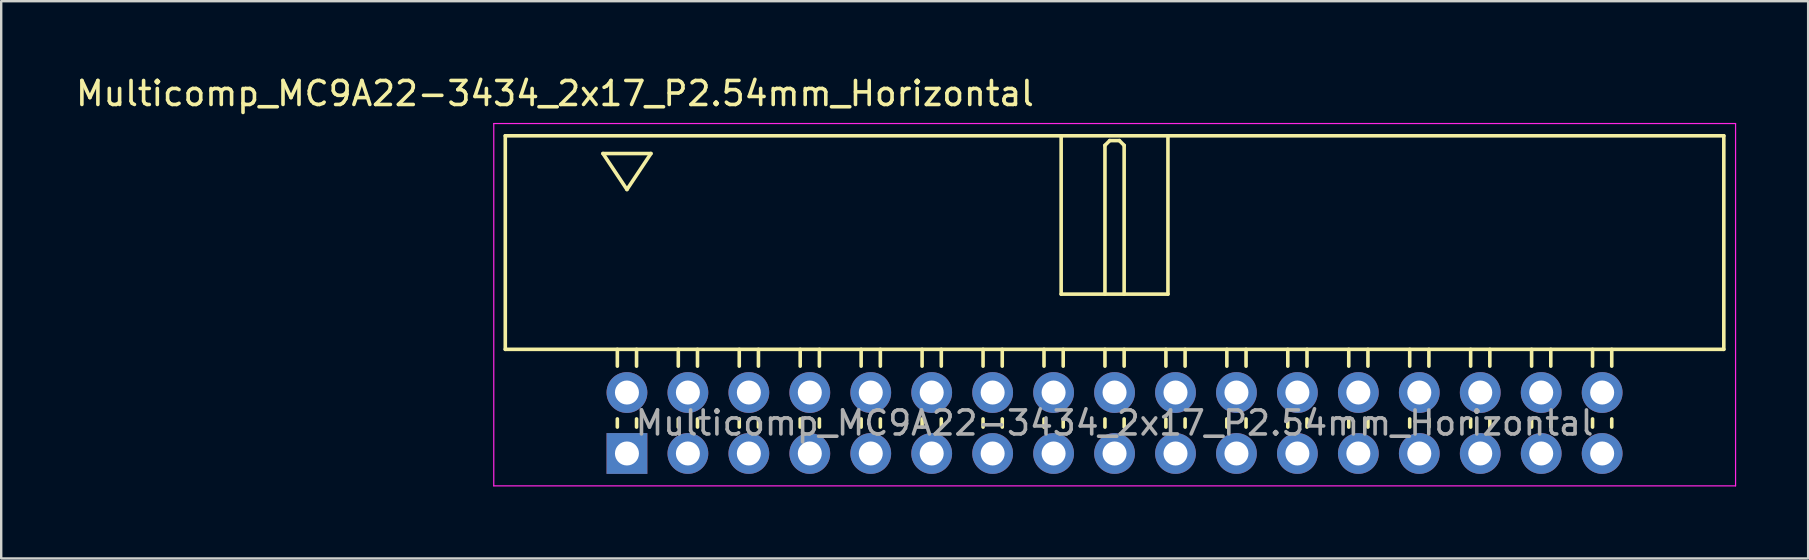
<source format=kicad_pcb>
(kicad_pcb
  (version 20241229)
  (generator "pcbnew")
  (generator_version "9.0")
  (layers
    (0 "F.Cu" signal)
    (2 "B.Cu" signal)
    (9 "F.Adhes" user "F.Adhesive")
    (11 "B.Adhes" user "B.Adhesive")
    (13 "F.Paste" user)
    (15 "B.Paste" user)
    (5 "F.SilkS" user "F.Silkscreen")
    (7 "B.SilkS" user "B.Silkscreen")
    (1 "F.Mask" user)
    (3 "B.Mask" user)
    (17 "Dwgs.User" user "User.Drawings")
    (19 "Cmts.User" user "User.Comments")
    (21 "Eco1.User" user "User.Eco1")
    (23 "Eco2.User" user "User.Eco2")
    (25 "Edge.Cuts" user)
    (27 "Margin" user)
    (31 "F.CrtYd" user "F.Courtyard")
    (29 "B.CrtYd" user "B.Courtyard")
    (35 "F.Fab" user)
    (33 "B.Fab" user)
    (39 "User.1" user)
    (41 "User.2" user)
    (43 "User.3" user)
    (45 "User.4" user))
  (footprint "Multicomp_MC9A22-3434_2x17_P2.54mm_Horizontal"
    (layer "F.Cu")
    (at 23.077 15.848)
    (property "Reference" "Multicomp_MC9A22-3434_2x17_P2.54mm_Horizontal" (at -3 -15 0) (layer "F.SilkS") (effects (font (size 1 1) (thickness 0.15))))
    (attr through_hole)
    (fp_line (start -5.07 -13.24) (end 45.71 -13.24) (stroke (width 0.15) (type solid)) (layer "F.SilkS"))
    (fp_line (start -5.07 -4.34) (end -5.07 -13.24) (stroke (width 0.15) (type solid)) (layer "F.SilkS"))
    (fp_line (start -1 -12.5) (end 1 -12.5) (stroke (width 0.15) (type solid)) (layer "F.SilkS"))
    (fp_line (start -0.4 -3.64) (end -0.4 -4.34) (stroke (width 0.15) (type solid)) (layer "F.SilkS"))
    (fp_line (start -0.4 -1.1) (end -0.4 -1.44) (stroke (width 0.15) (type solid)) (layer "F.SilkS"))
    (fp_line (start 0 -11) (end -1 -12.5) (stroke (width 0.15) (type solid)) (layer "F.SilkS"))
    (fp_line (start 0.4 -3.64) (end 0.4 -4.34) (stroke (width 0.15) (type solid)) (layer "F.SilkS"))
    (fp_line (start 0.4 -1.1) (end 0.4 -1.44) (stroke (width 0.15) (type solid)) (layer "F.SilkS"))
    (fp_line (start 1 -12.5) (end 0 -11) (stroke (width 0.15) (type solid)) (layer "F.SilkS"))
    (fp_line (start 2.14 -3.64) (end 2.14 -4.34) (stroke (width 0.15) (type solid)) (layer "F.SilkS"))
    (fp_line (start 2.14 -1.1) (end 2.14 -1.44) (stroke (width 0.15) (type solid)) (layer "F.SilkS"))
    (fp_line (start 2.94 -3.64) (end 2.94 -4.34) (stroke (width 0.15) (type solid)) (layer "F.SilkS"))
    (fp_line (start 2.94 -1.1) (end 2.94 -1.44) (stroke (width 0.15) (type solid)) (layer "F.SilkS"))
    (fp_line (start 4.68 -3.64) (end 4.68 -4.34) (stroke (width 0.15) (type solid)) (layer "F.SilkS"))
    (fp_line (start 4.68 -1.1) (end 4.68 -1.44) (stroke (width 0.15) (type solid)) (layer "F.SilkS"))
    (fp_line (start 5.48 -3.64) (end 5.48 -4.34) (stroke (width 0.15) (type solid)) (layer "F.SilkS"))
    (fp_line (start 5.48 -1.1) (end 5.48 -1.44) (stroke (width 0.15) (type solid)) (layer "F.SilkS"))
    (fp_line (start 7.22 -3.64) (end 7.22 -4.34) (stroke (width 0.15) (type solid)) (layer "F.SilkS"))
    (fp_line (start 7.22 -1.1) (end 7.22 -1.44) (stroke (width 0.15) (type solid)) (layer "F.SilkS"))
    (fp_line (start 8.02 -3.64) (end 8.02 -4.34) (stroke (width 0.15) (type solid)) (layer "F.SilkS"))
    (fp_line (start 8.02 -1.1) (end 8.02 -1.44) (stroke (width 0.15) (type solid)) (layer "F.SilkS"))
    (fp_line (start 9.76 -3.64) (end 9.76 -4.34) (stroke (width 0.15) (type solid)) (layer "F.SilkS"))
    (fp_line (start 9.76 -1.1) (end 9.76 -1.44) (stroke (width 0.15) (type solid)) (layer "F.SilkS"))
    (fp_line (start 10.56 -3.64) (end 10.56 -4.34) (stroke (width 0.15) (type solid)) (layer "F.SilkS"))
    (fp_line (start 10.56 -1.1) (end 10.56 -1.44) (stroke (width 0.15) (type solid)) (layer "F.SilkS"))
    (fp_line (start 12.3 -3.64) (end 12.3 -4.34) (stroke (width 0.15) (type solid)) (layer "F.SilkS"))
    (fp_line (start 12.3 -1.1) (end 12.3 -1.44) (stroke (width 0.15) (type solid)) (layer "F.SilkS"))
    (fp_line (start 13.1 -3.64) (end 13.1 -4.34) (stroke (width 0.15) (type solid)) (layer "F.SilkS"))
    (fp_line (start 13.1 -1.1) (end 13.1 -1.44) (stroke (width 0.15) (type solid)) (layer "F.SilkS"))
    (fp_line (start 14.84 -3.64) (end 14.84 -4.34) (stroke (width 0.15) (type solid)) (layer "F.SilkS"))
    (fp_line (start 14.84 -1.1) (end 14.84 -1.44) (stroke (width 0.15) (type solid)) (layer "F.SilkS"))
    (fp_line (start 15.64 -3.64) (end 15.64 -4.34) (stroke (width 0.15) (type solid)) (layer "F.SilkS"))
    (fp_line (start 15.64 -1.1) (end 15.64 -1.44) (stroke (width 0.15) (type solid)) (layer "F.SilkS"))
    (fp_line (start 17.38 -3.64) (end 17.38 -4.34) (stroke (width 0.15) (type solid)) (layer "F.SilkS"))
    (fp_line (start 17.38 -1.1) (end 17.38 -1.44) (stroke (width 0.15) (type solid)) (layer "F.SilkS"))
    (fp_line (start 18.095 -13.24) (end 18.095 -6.64) (stroke (width 0.15) (type solid)) (layer "F.SilkS"))
    (fp_line (start 18.095 -6.64) (end 22.545 -6.64) (stroke (width 0.15) (type solid)) (layer "F.SilkS"))
    (fp_line (start 18.18 -3.64) (end 18.18 -4.34) (stroke (width 0.15) (type solid)) (layer "F.SilkS"))
    (fp_line (start 18.18 -1.1) (end 18.18 -1.44) (stroke (width 0.15) (type solid)) (layer "F.SilkS"))
    (fp_line (start 19.92 -12.84) (end 20.12 -13.04) (stroke (width 0.15) (type solid)) (layer "F.SilkS"))
    (fp_line (start 19.92 -6.64) (end 19.92 -12.84) (stroke (width 0.15) (type solid)) (layer "F.SilkS"))
    (fp_line (start 19.92 -3.64) (end 19.92 -4.34) (stroke (width 0.15) (type solid)) (layer "F.SilkS"))
    (fp_line (start 19.92 -1.1) (end 19.92 -1.44) (stroke (width 0.15) (type solid)) (layer "F.SilkS"))
    (fp_line (start 20.12 -13.04) (end 20.52 -13.04) (stroke (width 0.15) (type solid)) (layer "F.SilkS"))
    (fp_line (start 20.52 -13.04) (end 20.72 -12.84) (stroke (width 0.15) (type solid)) (layer "F.SilkS"))
    (fp_line (start 20.72 -12.84) (end 20.72 -6.64) (stroke (width 0.15) (type solid)) (layer "F.SilkS"))
    (fp_line (start 20.72 -3.64) (end 20.72 -4.34) (stroke (width 0.15) (type solid)) (layer "F.SilkS"))
    (fp_line (start 20.72 -1.1) (end 20.72 -1.44) (stroke (width 0.15) (type solid)) (layer "F.SilkS"))
    (fp_line (start 22.46 -3.64) (end 22.46 -4.34) (stroke (width 0.15) (type solid)) (layer "F.SilkS"))
    (fp_line (start 22.46 -1.1) (end 22.46 -1.44) (stroke (width 0.15) (type solid)) (layer "F.SilkS"))
    (fp_line (start 22.545 -6.64) (end 22.545 -13.24) (stroke (width 0.15) (type solid)) (layer "F.SilkS"))
    (fp_line (start 23.26 -3.64) (end 23.26 -4.34) (stroke (width 0.15) (type solid)) (layer "F.SilkS"))
    (fp_line (start 23.26 -1.1) (end 23.26 -1.44) (stroke (width 0.15) (type solid)) (layer "F.SilkS"))
    (fp_line (start 25 -3.64) (end 25 -4.34) (stroke (width 0.15) (type solid)) (layer "F.SilkS"))
    (fp_line (start 25 -1.1) (end 25 -1.44) (stroke (width 0.15) (type solid)) (layer "F.SilkS"))
    (fp_line (start 25.8 -3.64) (end 25.8 -4.34) (stroke (width 0.15) (type solid)) (layer "F.SilkS"))
    (fp_line (start 25.8 -1.1) (end 25.8 -1.44) (stroke (width 0.15) (type solid)) (layer "F.SilkS"))
    (fp_line (start 27.54 -3.64) (end 27.54 -4.34) (stroke (width 0.15) (type solid)) (layer "F.SilkS"))
    (fp_line (start 27.54 -1.1) (end 27.54 -1.44) (stroke (width 0.15) (type solid)) (layer "F.SilkS"))
    (fp_line (start 28.34 -3.64) (end 28.34 -4.34) (stroke (width 0.15) (type solid)) (layer "F.SilkS"))
    (fp_line (start 28.34 -1.1) (end 28.34 -1.44) (stroke (width 0.15) (type solid)) (layer "F.SilkS"))
    (fp_line (start 30.08 -3.64) (end 30.08 -4.34) (stroke (width 0.15) (type solid)) (layer "F.SilkS"))
    (fp_line (start 30.08 -1.1) (end 30.08 -1.44) (stroke (width 0.15) (type solid)) (layer "F.SilkS"))
    (fp_line (start 30.88 -3.64) (end 30.88 -4.34) (stroke (width 0.15) (type solid)) (layer "F.SilkS"))
    (fp_line (start 30.88 -1.1) (end 30.88 -1.44) (stroke (width 0.15) (type solid)) (layer "F.SilkS"))
    (fp_line (start 32.62 -3.64) (end 32.62 -4.34) (stroke (width 0.15) (type solid)) (layer "F.SilkS"))
    (fp_line (start 32.62 -1.1) (end 32.62 -1.44) (stroke (width 0.15) (type solid)) (layer "F.SilkS"))
    (fp_line (start 33.42 -3.64) (end 33.42 -4.34) (stroke (width 0.15) (type solid)) (layer "F.SilkS"))
    (fp_line (start 33.42 -1.1) (end 33.42 -1.44) (stroke (width 0.15) (type solid)) (layer "F.SilkS"))
    (fp_line (start 35.16 -3.64) (end 35.16 -4.34) (stroke (width 0.15) (type solid)) (layer "F.SilkS"))
    (fp_line (start 35.16 -1.1) (end 35.16 -1.44) (stroke (width 0.15) (type solid)) (layer "F.SilkS"))
    (fp_line (start 35.96 -3.64) (end 35.96 -4.34) (stroke (width 0.15) (type solid)) (layer "F.SilkS"))
    (fp_line (start 35.96 -1.1) (end 35.96 -1.44) (stroke (width 0.15) (type solid)) (layer "F.SilkS"))
    (fp_line (start 37.7 -3.64) (end 37.7 -4.34) (stroke (width 0.15) (type solid)) (layer "F.SilkS"))
    (fp_line (start 37.7 -1.1) (end 37.7 -1.44) (stroke (width 0.15) (type solid)) (layer "F.SilkS"))
    (fp_line (start 38.5 -3.64) (end 38.5 -4.34) (stroke (width 0.15) (type solid)) (layer "F.SilkS"))
    (fp_line (start 38.5 -1.1) (end 38.5 -1.44) (stroke (width 0.15) (type solid)) (layer "F.SilkS"))
    (fp_line (start 40.24 -3.64) (end 40.24 -4.34) (stroke (width 0.15) (type solid)) (layer "F.SilkS"))
    (fp_line (start 40.24 -1.1) (end 40.24 -1.44) (stroke (width 0.15) (type solid)) (layer "F.SilkS"))
    (fp_line (start 41.04 -3.64) (end 41.04 -4.34) (stroke (width 0.15) (type solid)) (layer "F.SilkS"))
    (fp_line (start 41.04 -1.1) (end 41.04 -1.44) (stroke (width 0.15) (type solid)) (layer "F.SilkS"))
    (fp_line (start 45.71 -13.24) (end 45.71 -4.34) (stroke (width 0.15) (type solid)) (layer "F.SilkS"))
    (fp_line (start 45.71 -4.34) (end -5.07 -4.34) (stroke (width 0.15) (type solid)) (layer "F.SilkS"))
    (fp_line (start -5.55 -13.75) (end 46.2 -13.75) (stroke (width 0.05) (type solid)) (layer "F.CrtYd"))
    (fp_line (start -5.55 1.35) (end -5.55 -13.75) (stroke (width 0.05) (type solid)) (layer "F.CrtYd"))
    (fp_line (start 46.2 -13.75) (end 46.2 1.35) (stroke (width 0.05) (type solid)) (layer "F.CrtYd"))
    (fp_line (start 46.2 1.35) (end -5.55 1.35) (stroke (width 0.05) (type solid)) (layer "F.CrtYd"))
    (fp_text user "${REFERENCE}" (at 20.32 -1.27 0) (layer "F.Fab") (effects (font (size 1 1) (thickness 0.15))))
    (pad "1" thru_hole rect (at 0 0) (size 1.7 1.7) (drill 1) (layers "*.Cu" "*.Mask"))
    (pad "2" thru_hole circle (at 0 -2.54) (size 1.7 1.7) (drill 1) (layers "*.Cu" "*.Mask"))
    (pad "3" thru_hole circle (at 2.54 0) (size 1.7 1.7) (drill 1) (layers "*.Cu" "*.Mask"))
    (pad "4" thru_hole circle (at 2.54 -2.54) (size 1.7 1.7) (drill 1) (layers "*.Cu" "*.Mask"))
    (pad "5" thru_hole circle (at 5.08 0) (size 1.7 1.7) (drill 1) (layers "*.Cu" "*.Mask"))
    (pad "6" thru_hole circle (at 5.08 -2.54) (size 1.7 1.7) (drill 1) (layers "*.Cu" "*.Mask"))
    (pad "7" thru_hole circle (at 7.62 0) (size 1.7 1.7) (drill 1) (layers "*.Cu" "*.Mask"))
    (pad "8" thru_hole circle (at 7.62 -2.54) (size 1.7 1.7) (drill 1) (layers "*.Cu" "*.Mask"))
    (pad "9" thru_hole circle (at 10.16 0) (size 1.7 1.7) (drill 1) (layers "*.Cu" "*.Mask"))
    (pad "10" thru_hole circle (at 10.16 -2.54) (size 1.7 1.7) (drill 1) (layers "*.Cu" "*.Mask"))
    (pad "11" thru_hole circle (at 12.7 0) (size 1.7 1.7) (drill 1) (layers "*.Cu" "*.Mask"))
    (pad "12" thru_hole circle (at 12.7 -2.54) (size 1.7 1.7) (drill 1) (layers "*.Cu" "*.Mask"))
    (pad "13" thru_hole circle (at 15.24 0) (size 1.7 1.7) (drill 1) (layers "*.Cu" "*.Mask"))
    (pad "14" thru_hole circle (at 15.24 -2.54) (size 1.7 1.7) (drill 1) (layers "*.Cu" "*.Mask"))
    (pad "15" thru_hole circle (at 17.78 0) (size 1.7 1.7) (drill 1) (layers "*.Cu" "*.Mask"))
    (pad "16" thru_hole circle (at 17.78 -2.54) (size 1.7 1.7) (drill 1) (layers "*.Cu" "*.Mask"))
    (pad "17" thru_hole circle (at 20.32 0) (size 1.7 1.7) (drill 1) (layers "*.Cu" "*.Mask"))
    (pad "18" thru_hole circle (at 20.32 -2.54) (size 1.7 1.7) (drill 1) (layers "*.Cu" "*.Mask"))
    (pad "19" thru_hole circle (at 22.86 0) (size 1.7 1.7) (drill 1) (layers "*.Cu" "*.Mask"))
    (pad "20" thru_hole circle (at 22.86 -2.54) (size 1.7 1.7) (drill 1) (layers "*.Cu" "*.Mask"))
    (pad "21" thru_hole circle (at 25.4 0) (size 1.7 1.7) (drill 1) (layers "*.Cu" "*.Mask"))
    (pad "22" thru_hole circle (at 25.4 -2.54) (size 1.7 1.7) (drill 1) (layers "*.Cu" "*.Mask"))
    (pad "23" thru_hole circle (at 27.94 0) (size 1.7 1.7) (drill 1) (layers "*.Cu" "*.Mask"))
    (pad "24" thru_hole circle (at 27.94 -2.54) (size 1.7 1.7) (drill 1) (layers "*.Cu" "*.Mask"))
    (pad "25" thru_hole circle (at 30.48 0) (size 1.7 1.7) (drill 1) (layers "*.Cu" "*.Mask"))
    (pad "26" thru_hole circle (at 30.48 -2.54) (size 1.7 1.7) (drill 1) (layers "*.Cu" "*.Mask"))
    (pad "27" thru_hole circle (at 33.02 0) (size 1.7 1.7) (drill 1) (layers "*.Cu" "*.Mask"))
    (pad "28" thru_hole circle (at 33.02 -2.54) (size 1.7 1.7) (drill 1) (layers "*.Cu" "*.Mask"))
    (pad "29" thru_hole circle (at 35.56 0) (size 1.7 1.7) (drill 1) (layers "*.Cu" "*.Mask"))
    (pad "30" thru_hole circle (at 35.56 -2.54) (size 1.7 1.7) (drill 1) (layers "*.Cu" "*.Mask"))
    (pad "31" thru_hole circle (at 38.1 0) (size 1.7 1.7) (drill 1) (layers "*.Cu" "*.Mask"))
    (pad "32" thru_hole circle (at 38.1 -2.54) (size 1.7 1.7) (drill 1) (layers "*.Cu" "*.Mask"))
    (pad "33" thru_hole circle (at 40.64 0) (size 1.7 1.7) (drill 1) (layers "*.Cu" "*.Mask"))
    (pad "34" thru_hole circle (at 40.64 -2.54) (size 1.7 1.7) (drill 1) (layers "*.Cu" "*.Mask")))
  (gr_rect
    (start -3 -3)
    (end 72.302 20.223)
    (stroke (width 0.1) (type default))
    (fill no)
    (layer "Edge.Cuts")))
</source>
